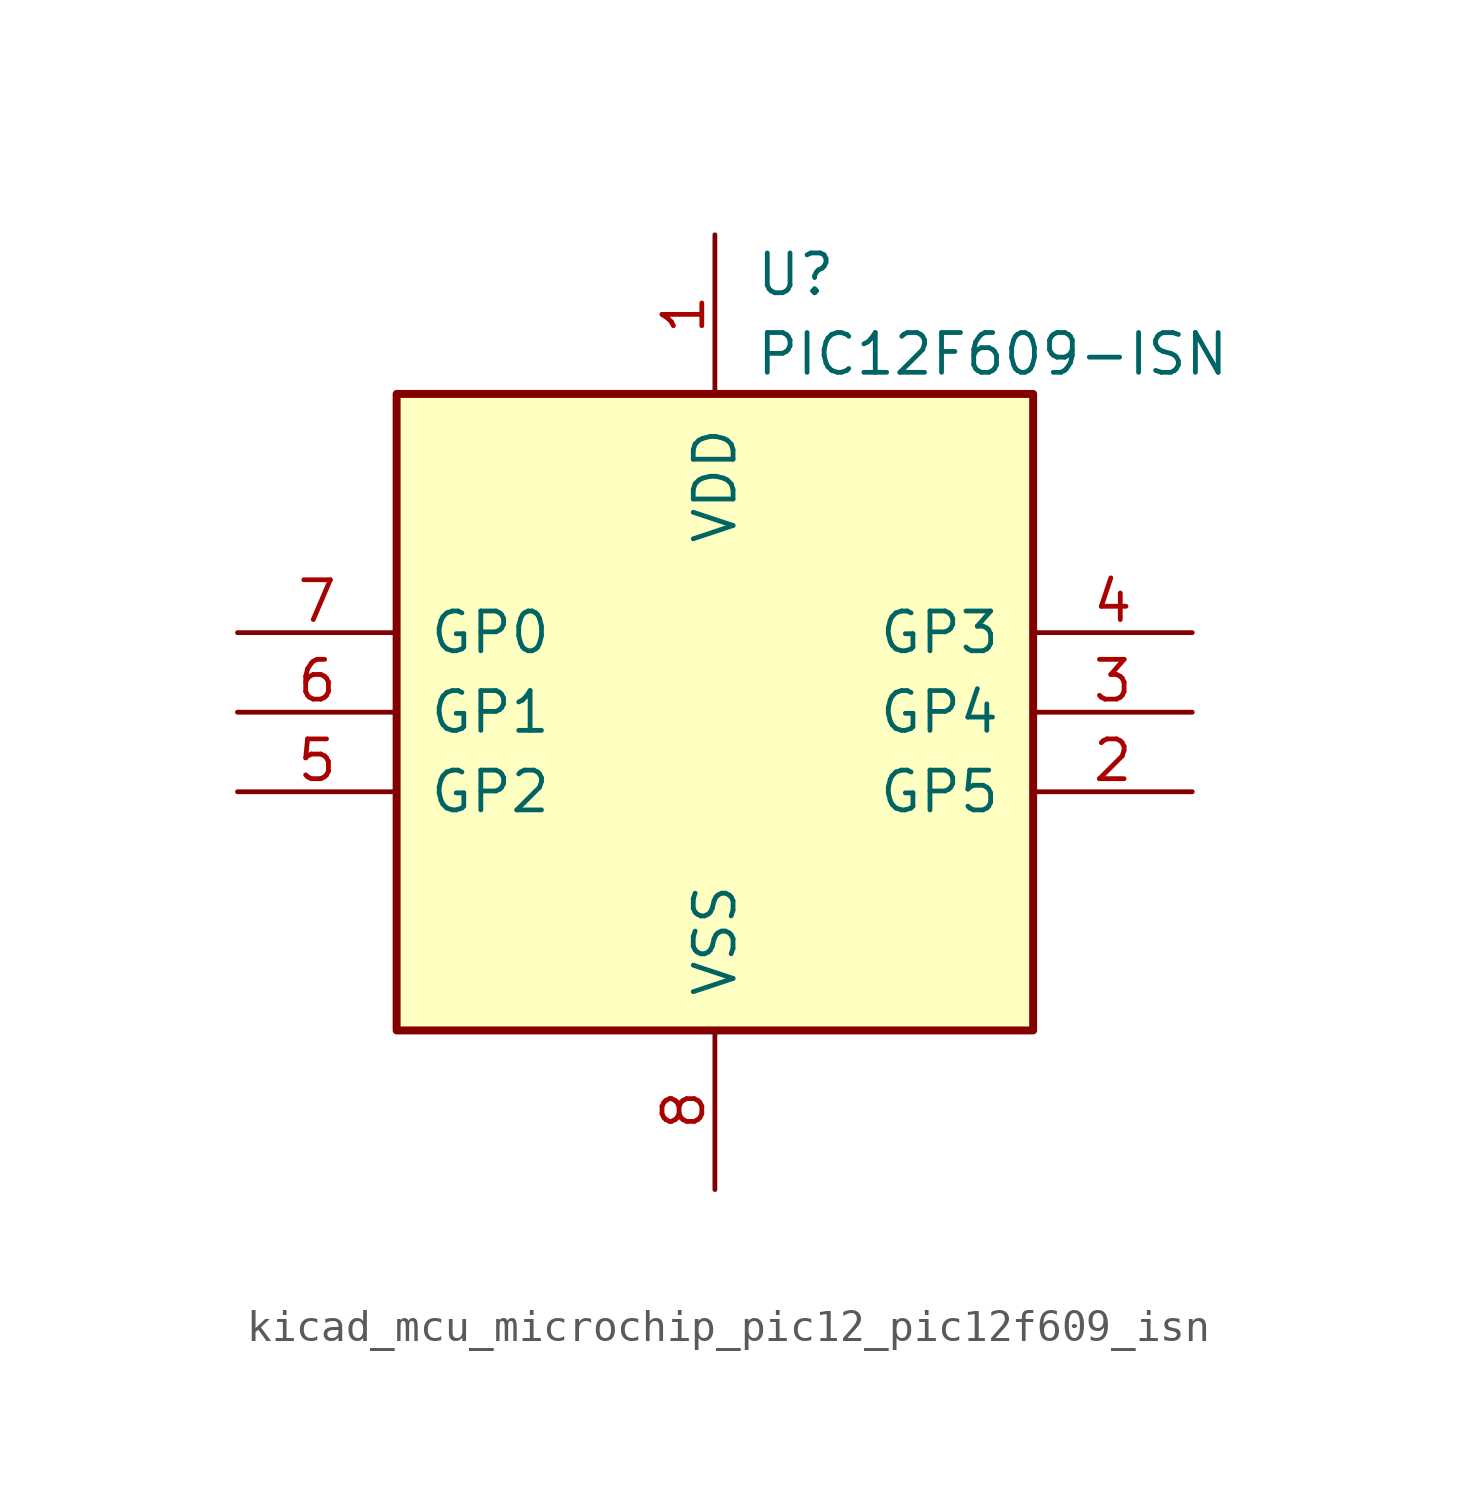
<source format=kicad_sym>
(kicad_symbol_lib
  (version 20220914)
  (generator kicad_symbol_editor)
  (symbol "kicad_mcu_microchip_pic12_pic12f609_isn"
    (pin_names
      (offset 1.016))
    (property "Reference" "U"
      (at 1.27 13.97 0)
      (effects (font (size 1.27 1.27)) (justify left)))
    (property "Value" "PIC12F609-ISN"
      (at 1.27 11.43 0)
      (effects (font (size 1.27 1.27)) (justify left)))
    (symbol "kicad_mcu_microchip_pic12_pic12f609_isn_0_1"
      (rectangle (start 10.16 -10.16) (end -10.16 10.16) (stroke (width 0.254) (type default)) (fill (type background))))
    (symbol "kicad_mcu_microchip_pic12_pic12f609_isn_1_1"
      (pin power_in line (at 0 15.24 270) (length 5.08) (name "VDD" (effects (font (size 1.27 1.27)))) (number "1" (effects (font (size 1.27 1.27)))))
      (pin bidirectional line (at 15.24 -2.54 180) (length 5.08) (name "GP5" (effects (font (size 1.27 1.27)))) (number "2" (effects (font (size 1.27 1.27)))))
      (pin bidirectional line (at 15.24 0 180) (length 5.08) (name "GP4" (effects (font (size 1.27 1.27)))) (number "3" (effects (font (size 1.27 1.27)))))
      (pin input line (at 15.24 2.54 180) (length 5.08) (name "GP3" (effects (font (size 1.27 1.27)))) (number "4" (effects (font (size 1.27 1.27)))))
      (pin bidirectional line (at -15.24 -2.54 0) (length 5.08) (name "GP2" (effects (font (size 1.27 1.27)))) (number "5" (effects (font (size 1.27 1.27)))))
      (pin bidirectional line (at -15.24 0 0) (length 5.08) (name "GP1" (effects (font (size 1.27 1.27)))) (number "6" (effects (font (size 1.27 1.27)))))
      (pin bidirectional line (at -15.24 2.54 0) (length 5.08) (name "GP0" (effects (font (size 1.27 1.27)))) (number "7" (effects (font (size 1.27 1.27)))))
      (pin power_in line (at 0 -15.24 90) (length 5.08) (name "VSS" (effects (font (size 1.27 1.27)))) (number "8" (effects (font (size 1.27 1.27))))))))
</source>
